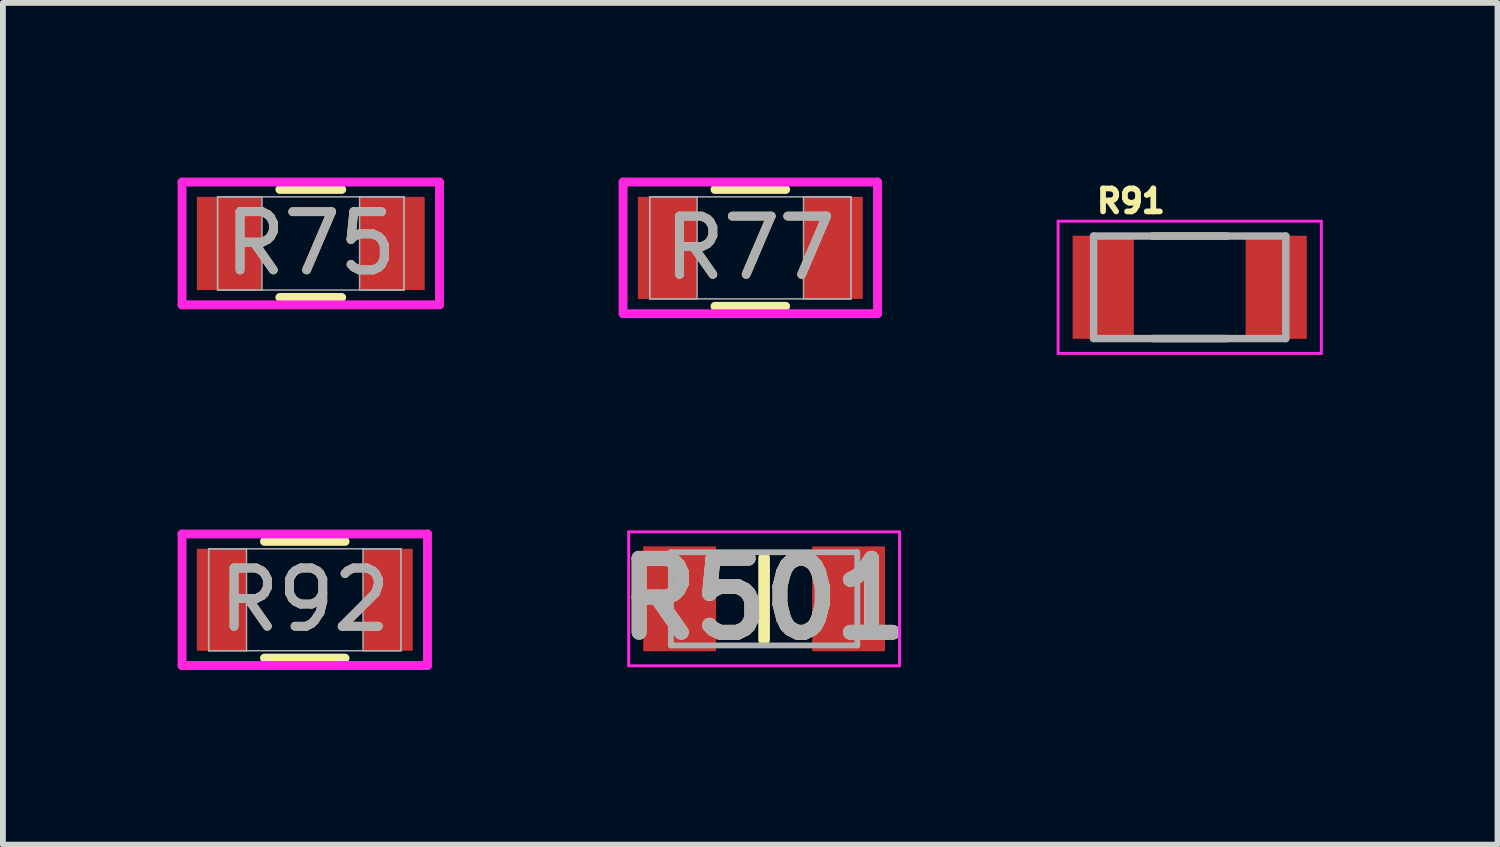
<source format=kicad_pcb>
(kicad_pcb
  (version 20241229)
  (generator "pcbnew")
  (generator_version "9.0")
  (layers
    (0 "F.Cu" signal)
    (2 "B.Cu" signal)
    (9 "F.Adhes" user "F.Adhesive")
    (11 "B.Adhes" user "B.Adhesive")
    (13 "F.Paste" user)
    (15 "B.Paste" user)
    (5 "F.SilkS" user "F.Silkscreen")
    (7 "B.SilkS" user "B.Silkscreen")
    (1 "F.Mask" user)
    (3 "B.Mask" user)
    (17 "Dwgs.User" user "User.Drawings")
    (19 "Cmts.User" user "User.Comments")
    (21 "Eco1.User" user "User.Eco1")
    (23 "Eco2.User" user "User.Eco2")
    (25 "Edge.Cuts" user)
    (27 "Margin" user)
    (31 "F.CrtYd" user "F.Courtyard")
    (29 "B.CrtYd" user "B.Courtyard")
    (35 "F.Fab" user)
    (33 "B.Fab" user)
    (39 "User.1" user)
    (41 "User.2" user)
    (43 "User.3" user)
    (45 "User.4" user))
  (footprint "R501"
    (layer "F.Cu")
    (at 10.07 7.232)
    (property "Reference" "R501" (at 0 0 0) (layer "F.SilkS") (effects (font (size 1.27 1.27) (thickness 0.254))))
    (attr smd)
    (fp_line (start 0 -0.7) (end 0 0.7) (stroke (width 0.2) (type solid)) (layer "F.SilkS"))
    (fp_line (start -2.325 -1.15) (end 2.325 -1.15) (stroke (width 0.05) (type solid)) (layer "F.CrtYd"))
    (fp_line (start -2.325 1.15) (end -2.325 -1.15) (stroke (width 0.05) (type solid)) (layer "F.CrtYd"))
    (fp_line (start 2.325 -1.15) (end 2.325 1.15) (stroke (width 0.05) (type solid)) (layer "F.CrtYd"))
    (fp_line (start 2.325 1.15) (end -2.325 1.15) (stroke (width 0.05) (type solid)) (layer "F.CrtYd"))
    (fp_line (start -1.6 -0.8) (end 1.6 -0.8) (stroke (width 0.1) (type solid)) (layer "F.Fab"))
    (fp_line (start -1.6 0.8) (end -1.6 -0.8) (stroke (width 0.1) (type solid)) (layer "F.Fab"))
    (fp_line (start 1.6 -0.8) (end 1.6 0.8) (stroke (width 0.1) (type solid)) (layer "F.Fab"))
    (fp_line (start 1.6 0.8) (end -1.6 0.8) (stroke (width 0.1) (type solid)) (layer "F.Fab"))
    (fp_text user "${REFERENCE}" (at 0 0 0) (layer "F.Fab") (effects (font (size 1.27 1.27) (thickness 0.254))))
    (pad "1" smd rect (at -1.45 0) (size 1.25 1.8) (layers "F.Cu" "F.Mask" "F.Paste"))
    (pad "2" smd rect (at 1.45 0) (size 1.25 1.8) (layers "F.Cu" "F.Mask" "F.Paste")))
  (footprint "R91"
    (layer "F.Cu")
    (at 17.378 1.883)
    (property "Reference" "R91" (at -1.01 -1.48 0) (layer "F.SilkS") (effects (font (size 0.394 0.394) (thickness 0.15))))
    (attr smd)
    (fp_line (start -0.64 -0.88) (end 0.64 -0.88) (stroke (width 0.127) (type solid)) (layer "F.SilkS"))
    (fp_line (start -0.64 0.88) (end 0.64 0.88) (stroke (width 0.127) (type solid)) (layer "F.SilkS"))
    (fp_line (start -2.26 -1.135) (end 2.26 -1.135) (stroke (width 0.05) (type solid)) (layer "F.CrtYd"))
    (fp_line (start -2.26 1.135) (end -2.26 -1.135) (stroke (width 0.05) (type solid)) (layer "F.CrtYd"))
    (fp_line (start -2.26 1.135) (end 2.26 1.135) (stroke (width 0.05) (type solid)) (layer "F.CrtYd"))
    (fp_line (start 2.26 1.135) (end 2.26 -1.135) (stroke (width 0.05) (type solid)) (layer "F.CrtYd"))
    (fp_line (start -1.65 0.88) (end -1.65 -0.88) (stroke (width 0.127) (type solid)) (layer "F.Fab"))
    (fp_line (start 1.65 -0.88) (end -1.65 -0.88) (stroke (width 0.127) (type solid)) (layer "F.Fab"))
    (fp_line (start 1.65 0.88) (end -1.65 0.88) (stroke (width 0.127) (type solid)) (layer "F.Fab"))
    (fp_line (start 1.65 0.88) (end 1.65 -0.88) (stroke (width 0.127) (type solid)) (layer "F.Fab"))
    (pad "1" smd rect (at -1.485 0) (size 1.05 1.77) (layers "F.Cu" "F.Mask" "F.Paste"))
    (pad "2" smd rect (at 1.485 0) (size 1.05 1.77) (layers "F.Cu" "F.Mask" "F.Paste")))
  (footprint "R75"
    (layer "F.Cu")
    (at 2.286 1.13)
    (property "Reference" "R75" (at 0 0 0) (unlocked yes) (layer "F.SilkS") (effects (font (size 1 1) (thickness 0.15))))
    (attr smd)
    (fp_line (start -0.531 0.927) (end 0.531 0.927) (stroke (width 0.152) (type solid)) (layer "F.SilkS"))
    (fp_line (start 0.531 -0.927) (end -0.531 -0.927) (stroke (width 0.152) (type solid)) (layer "F.SilkS"))
    (fp_line (start -2.21 -1.054) (end 2.21 -1.054) (stroke (width 0.152) (type solid)) (layer "F.CrtYd"))
    (fp_line (start -2.21 1.054) (end -2.21 -1.054) (stroke (width 0.152) (type solid)) (layer "F.CrtYd"))
    (fp_line (start 2.21 -1.054) (end 2.21 1.054) (stroke (width 0.152) (type solid)) (layer "F.CrtYd"))
    (fp_line (start 2.21 1.054) (end -2.21 1.054) (stroke (width 0.152) (type solid)) (layer "F.CrtYd"))
    (fp_line (start -1.6 -0.8) (end -1.6 0.8) (stroke (width 0.025) (type solid)) (layer "F.Fab"))
    (fp_line (start -1.6 -0.8) (end -1.6 0.8) (stroke (width 0.025) (type solid)) (layer "F.Fab"))
    (fp_line (start -1.6 0.8) (end -0.838 0.8) (stroke (width 0.025) (type solid)) (layer "F.Fab"))
    (fp_line (start -1.6 0.8) (end 1.6 0.8) (stroke (width 0.025) (type solid)) (layer "F.Fab"))
    (fp_line (start -0.838 -0.8) (end -1.6 -0.8) (stroke (width 0.025) (type solid)) (layer "F.Fab"))
    (fp_line (start -0.838 0.8) (end -0.838 -0.8) (stroke (width 0.025) (type solid)) (layer "F.Fab"))
    (fp_line (start 0.838 -0.8) (end 0.838 0.8) (stroke (width 0.025) (type solid)) (layer "F.Fab"))
    (fp_line (start 0.838 0.8) (end 1.6 0.8) (stroke (width 0.025) (type solid)) (layer "F.Fab"))
    (fp_line (start 1.6 -0.8) (end -1.6 -0.8) (stroke (width 0.025) (type solid)) (layer "F.Fab"))
    (fp_line (start 1.6 -0.8) (end 0.838 -0.8) (stroke (width 0.025) (type solid)) (layer "F.Fab"))
    (fp_line (start 1.6 0.8) (end 1.6 -0.8) (stroke (width 0.025) (type solid)) (layer "F.Fab"))
    (fp_line (start 1.6 0.8) (end 1.6 -0.8) (stroke (width 0.025) (type solid)) (layer "F.Fab"))
    (fp_text user "${REFERENCE}" (at 0 0 0) (unlocked yes) (layer "F.Fab") (effects (font (size 1 1) (thickness 0.15))))
    (pad "1" smd rect (at -1.397 0) (size 1.118 1.6) (layers "F.Cu" "F.Mask" "F.Paste"))
    (pad "2" smd rect (at 1.397 0) (size 1.118 1.6) (layers "F.Cu" "F.Mask" "F.Paste"))
    (zone (net_name "") (layer "F.Cu") (hatch full 0.508) (connect_pads) (min_thickness 0.254) (filled_areas_thickness no) (keepout (tracks not_allowed) (vias not_allowed) (pads allowed) (copperpour not_allowed) (footprints allowed)) (placement (enabled no)) (fill) (polygon (pts (xy 1.499 0.381) (xy 3.073 0.381) (xy 3.073 1.88) (xy 1.499 1.88)))))
  (footprint "R77"
    (layer "F.Cu")
    (at 9.833 1.206)
    (property "Reference" "R77" (at 0 0 0) (unlocked yes) (layer "F.SilkS") (effects (font (size 1 1) (thickness 0.15))))
    (attr smd)
    (fp_line (start -0.607 1.003) (end 0.607 1.003) (stroke (width 0.152) (type solid)) (layer "F.SilkS"))
    (fp_line (start 0.607 -1.003) (end -0.607 -1.003) (stroke (width 0.152) (type solid)) (layer "F.SilkS"))
    (fp_line (start -2.184 -1.13) (end 2.184 -1.13) (stroke (width 0.152) (type solid)) (layer "F.CrtYd"))
    (fp_line (start -2.184 1.13) (end -2.184 -1.13) (stroke (width 0.152) (type solid)) (layer "F.CrtYd"))
    (fp_line (start 2.184 -1.13) (end 2.184 1.13) (stroke (width 0.152) (type solid)) (layer "F.CrtYd"))
    (fp_line (start 2.184 1.13) (end -2.184 1.13) (stroke (width 0.152) (type solid)) (layer "F.CrtYd"))
    (fp_line (start -1.727 -0.876) (end -1.727 0.876) (stroke (width 0.025) (type solid)) (layer "F.Fab"))
    (fp_line (start -1.727 -0.876) (end -1.727 0.876) (stroke (width 0.025) (type solid)) (layer "F.Fab"))
    (fp_line (start -1.727 0.876) (end -0.914 0.876) (stroke (width 0.025) (type solid)) (layer "F.Fab"))
    (fp_line (start -1.727 0.876) (end 1.727 0.876) (stroke (width 0.025) (type solid)) (layer "F.Fab"))
    (fp_line (start -0.914 -0.876) (end -1.727 -0.876) (stroke (width 0.025) (type solid)) (layer "F.Fab"))
    (fp_line (start -0.914 0.876) (end -0.914 -0.876) (stroke (width 0.025) (type solid)) (layer "F.Fab"))
    (fp_line (start 0.914 -0.876) (end 0.914 0.876) (stroke (width 0.025) (type solid)) (layer "F.Fab"))
    (fp_line (start 0.914 0.876) (end 1.727 0.876) (stroke (width 0.025) (type solid)) (layer "F.Fab"))
    (fp_line (start 1.727 -0.876) (end -1.727 -0.876) (stroke (width 0.025) (type solid)) (layer "F.Fab"))
    (fp_line (start 1.727 -0.876) (end 0.914 -0.876) (stroke (width 0.025) (type solid)) (layer "F.Fab"))
    (fp_line (start 1.727 0.876) (end 1.727 -0.876) (stroke (width 0.025) (type solid)) (layer "F.Fab"))
    (fp_line (start 1.727 0.876) (end 1.727 -0.876) (stroke (width 0.025) (type solid)) (layer "F.Fab"))
    (fp_text user "${REFERENCE}" (at 0 0 0) (unlocked yes) (layer "F.Fab") (effects (font (size 1 1) (thickness 0.15))))
    (pad "1" smd rect (at -1.422 0) (size 1.016 1.753) (layers "F.Cu" "F.Mask" "F.Paste"))
    (pad "2" smd rect (at 1.422 0) (size 1.016 1.753) (layers "F.Cu" "F.Mask" "F.Paste"))
    (zone (net_name "") (layer "F.Cu") (hatch full 0.508) (connect_pads) (min_thickness 0.254) (filled_areas_thickness no) (keepout (tracks not_allowed) (vias not_allowed) (pads allowed) (copperpour not_allowed) (footprints allowed)) (placement (enabled no)) (fill) (polygon (pts (xy 8.969 0.381) (xy 10.696 0.381) (xy 10.696 2.032) (xy 8.969 2.032)))))
  (footprint "R92"
    (layer "F.Cu")
    (at 2.183 7.248)
    (property "Reference" "R92" (at 0 0 0) (unlocked yes) (layer "F.SilkS") (effects (font (size 1 1) (thickness 0.15))))
    (attr smd)
    (fp_line (start -0.692 1.002) (end 0.692 1.002) (stroke (width 0.152) (type solid)) (layer "F.SilkS"))
    (fp_line (start 0.692 -1.002) (end -0.692 -1.002) (stroke (width 0.152) (type solid)) (layer "F.SilkS"))
    (fp_line (start -2.107 -1.129) (end 2.107 -1.129) (stroke (width 0.152) (type solid)) (layer "F.CrtYd"))
    (fp_line (start -2.107 1.129) (end -2.107 -1.129) (stroke (width 0.152) (type solid)) (layer "F.CrtYd"))
    (fp_line (start 2.107 -1.129) (end 2.107 1.129) (stroke (width 0.152) (type solid)) (layer "F.CrtYd"))
    (fp_line (start 2.107 1.129) (end -2.107 1.129) (stroke (width 0.152) (type solid)) (layer "F.CrtYd"))
    (fp_line (start -1.65 -0.875) (end -1.65 0.875) (stroke (width 0.025) (type solid)) (layer "F.Fab"))
    (fp_line (start -1.65 -0.875) (end -1.65 0.875) (stroke (width 0.025) (type solid)) (layer "F.Fab"))
    (fp_line (start -1.65 0.875) (end -1 0.875) (stroke (width 0.025) (type solid)) (layer "F.Fab"))
    (fp_line (start -1.65 0.875) (end 1.65 0.875) (stroke (width 0.025) (type solid)) (layer "F.Fab"))
    (fp_line (start -1 -0.875) (end -1.65 -0.875) (stroke (width 0.025) (type solid)) (layer "F.Fab"))
    (fp_line (start -1 0.875) (end -1 -0.875) (stroke (width 0.025) (type solid)) (layer "F.Fab"))
    (fp_line (start 1 -0.875) (end 1 0.875) (stroke (width 0.025) (type solid)) (layer "F.Fab"))
    (fp_line (start 1 0.875) (end 1.65 0.875) (stroke (width 0.025) (type solid)) (layer "F.Fab"))
    (fp_line (start 1.65 -0.875) (end -1.65 -0.875) (stroke (width 0.025) (type solid)) (layer "F.Fab"))
    (fp_line (start 1.65 -0.875) (end 1 -0.875) (stroke (width 0.025) (type solid)) (layer "F.Fab"))
    (fp_line (start 1.65 0.875) (end 1.65 -0.875) (stroke (width 0.025) (type solid)) (layer "F.Fab"))
    (fp_line (start 1.65 0.875) (end 1.65 -0.875) (stroke (width 0.025) (type solid)) (layer "F.Fab"))
    (fp_text user "${REFERENCE}" (at 0 0 0) (unlocked yes) (layer "F.Fab") (effects (font (size 1 1) (thickness 0.15))))
    (pad "1" smd rect (at -1.427 0) (size 0.853 1.75) (layers "F.Cu" "F.Mask" "F.Paste"))
    (pad "2" smd rect (at 1.427 0) (size 0.853 1.75) (layers "F.Cu" "F.Mask" "F.Paste"))
    (zone (net_name "") (layer "F.Cu") (hatch full 0.508) (connect_pads) (min_thickness 0.254) (filled_areas_thickness no) (keepout (tracks not_allowed) (vias not_allowed) (pads allowed) (copperpour not_allowed) (footprints allowed)) (placement (enabled no)) (fill) (polygon (pts (xy 1.234 6.424) (xy 3.133 6.424) (xy 3.133 8.072) (xy 1.234 8.072)))))
  (gr_rect
    (start -3 -3)
    (end 22.663 11.453)
    (stroke (width 0.1) (type default))
    (fill no)
    (layer "Edge.Cuts")))
</source>
